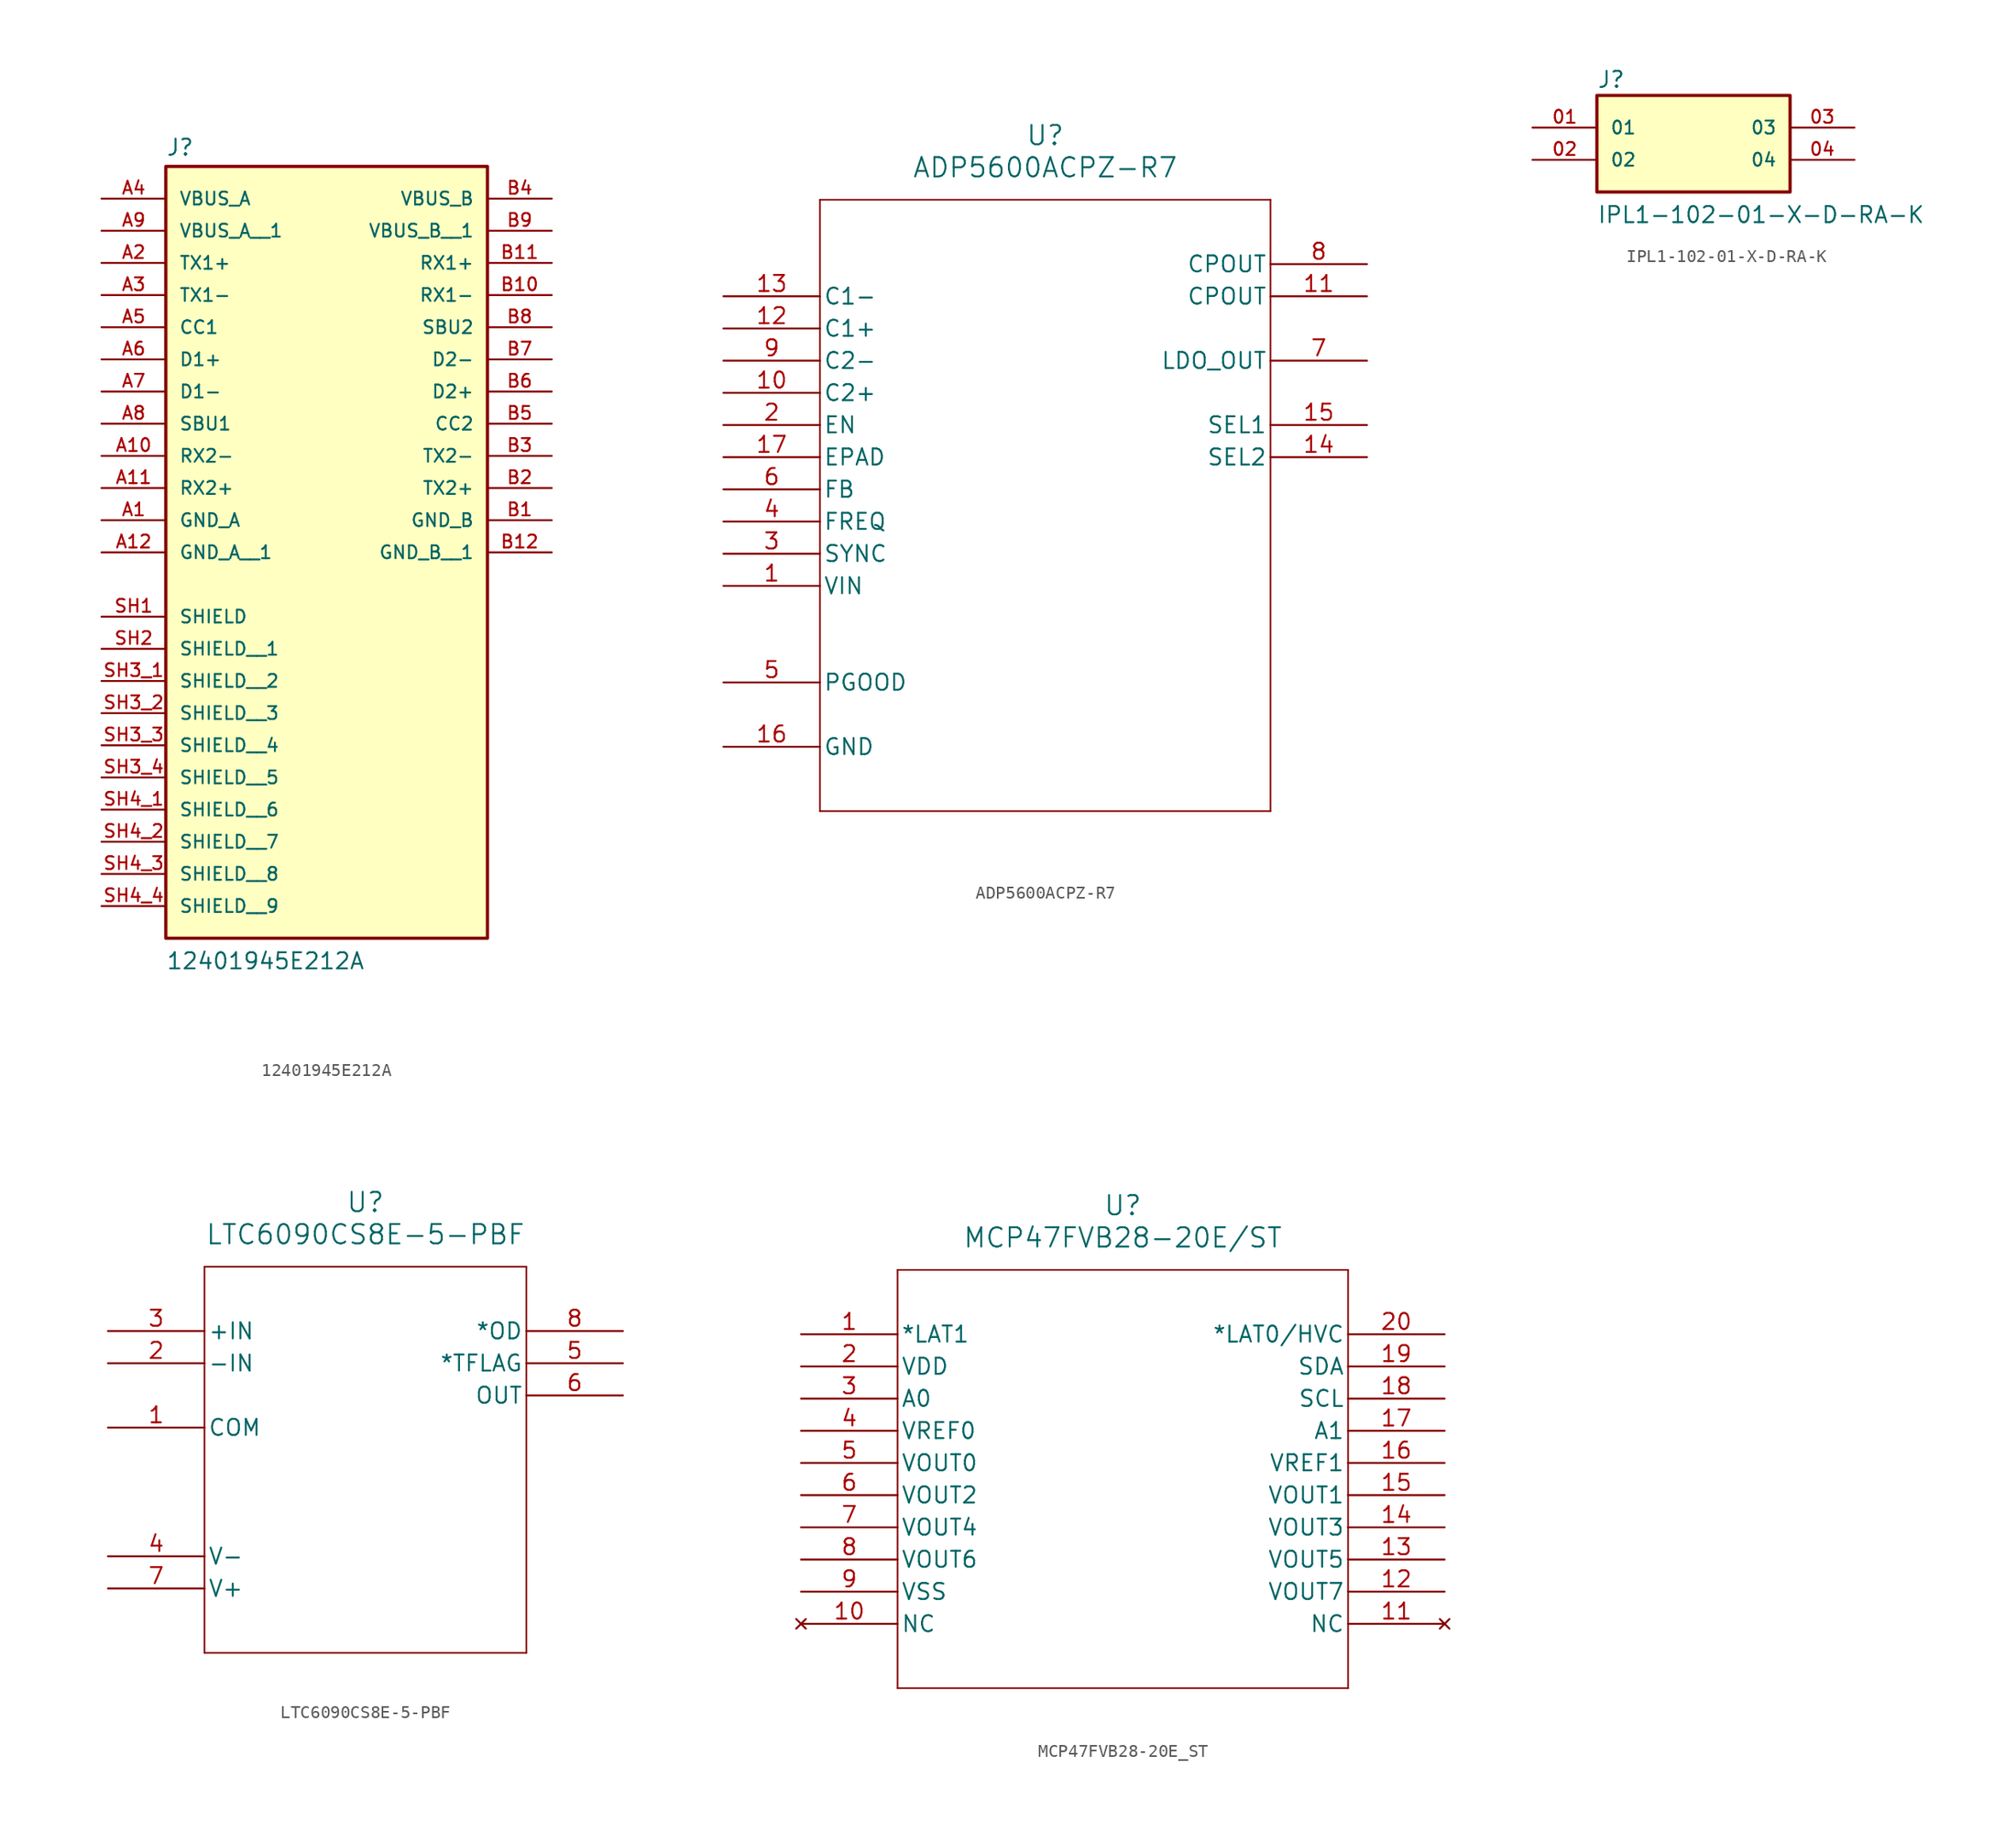
<source format=kicad_sym>
(kicad_symbol_lib
  (version 20241209)
  (generator "kicad_symbol_editor")
  (generator_version "9.0")
  (symbol "12401945E212A"
    (pin_names
      (offset 1.016))
    (property "Reference" "J"
      (at -12.7 16.002 0)
      (effects (font (size 1.27 1.27)) (justify left bottom)))
    (property "Value" "12401945E212A"
      (at -12.7 -48.26 0)
      (effects (font (size 1.27 1.27)) (justify left bottom)))
    (symbol "12401945E212A_0_0"
      (rectangle (start -12.7 -45.72) (end 12.7 15.24) (stroke (width 0.254) (type default)) (fill (type background)))
      (pin power_in line (at -17.78 12.7 0) (length 5.08) (name "VBUS_A" (effects (font (size 1.016 1.016)))) (number "A4" (effects (font (size 1.016 1.016)))))
      (pin power_in line (at -17.78 10.16 0) (length 5.08) (name "VBUS_A__1" (effects (font (size 1.016 1.016)))) (number "A9" (effects (font (size 1.016 1.016)))))
      (pin bidirectional line (at -17.78 7.62 0) (length 5.08) (name "TX1+" (effects (font (size 1.016 1.016)))) (number "A2" (effects (font (size 1.016 1.016)))))
      (pin bidirectional line (at -17.78 5.08 0) (length 5.08) (name "TX1-" (effects (font (size 1.016 1.016)))) (number "A3" (effects (font (size 1.016 1.016)))))
      (pin bidirectional line (at -17.78 2.54 0) (length 5.08) (name "CC1" (effects (font (size 1.016 1.016)))) (number "A5" (effects (font (size 1.016 1.016)))))
      (pin bidirectional line (at -17.78 0 0) (length 5.08) (name "D1+" (effects (font (size 1.016 1.016)))) (number "A6" (effects (font (size 1.016 1.016)))))
      (pin bidirectional line (at -17.78 -2.54 0) (length 5.08) (name "D1-" (effects (font (size 1.016 1.016)))) (number "A7" (effects (font (size 1.016 1.016)))))
      (pin bidirectional line (at -17.78 -5.08 0) (length 5.08) (name "SBU1" (effects (font (size 1.016 1.016)))) (number "A8" (effects (font (size 1.016 1.016)))))
      (pin bidirectional line (at -17.78 -7.62 0) (length 5.08) (name "RX2-" (effects (font (size 1.016 1.016)))) (number "A10" (effects (font (size 1.016 1.016)))))
      (pin bidirectional line (at -17.78 -10.16 0) (length 5.08) (name "RX2+" (effects (font (size 1.016 1.016)))) (number "A11" (effects (font (size 1.016 1.016)))))
      (pin power_in line (at -17.78 -12.7 0) (length 5.08) (name "GND_A" (effects (font (size 1.016 1.016)))) (number "A1" (effects (font (size 1.016 1.016)))))
      (pin power_in line (at -17.78 -15.24 0) (length 5.08) (name "GND_A__1" (effects (font (size 1.016 1.016)))) (number "A12" (effects (font (size 1.016 1.016)))))
      (pin passive line (at -17.78 -20.32 0) (length 5.08) (name "SHIELD" (effects (font (size 1.016 1.016)))) (number "SH1" (effects (font (size 1.016 1.016)))))
      (pin passive line (at -17.78 -22.86 0) (length 5.08) (name "SHIELD__1" (effects (font (size 1.016 1.016)))) (number "SH2" (effects (font (size 1.016 1.016)))))
      (pin passive line (at -17.78 -25.4 0) (length 5.08) (name "SHIELD__2" (effects (font (size 1.016 1.016)))) (number "SH3_1" (effects (font (size 1.016 1.016)))))
      (pin passive line (at -17.78 -27.94 0) (length 5.08) (name "SHIELD__3" (effects (font (size 1.016 1.016)))) (number "SH3_2" (effects (font (size 1.016 1.016)))))
      (pin passive line (at -17.78 -30.48 0) (length 5.08) (name "SHIELD__4" (effects (font (size 1.016 1.016)))) (number "SH3_3" (effects (font (size 1.016 1.016)))))
      (pin passive line (at -17.78 -33.02 0) (length 5.08) (name "SHIELD__5" (effects (font (size 1.016 1.016)))) (number "SH3_4" (effects (font (size 1.016 1.016)))))
      (pin passive line (at -17.78 -35.56 0) (length 5.08) (name "SHIELD__6" (effects (font (size 1.016 1.016)))) (number "SH4_1" (effects (font (size 1.016 1.016)))))
      (pin passive line (at -17.78 -38.1 0) (length 5.08) (name "SHIELD__7" (effects (font (size 1.016 1.016)))) (number "SH4_2" (effects (font (size 1.016 1.016)))))
      (pin passive line (at -17.78 -40.64 0) (length 5.08) (name "SHIELD__8" (effects (font (size 1.016 1.016)))) (number "SH4_3" (effects (font (size 1.016 1.016)))))
      (pin passive line (at -17.78 -43.18 0) (length 5.08) (name "SHIELD__9" (effects (font (size 1.016 1.016)))) (number "SH4_4" (effects (font (size 1.016 1.016)))))
      (pin power_in line (at 17.78 12.7 180) (length 5.08) (name "VBUS_B" (effects (font (size 1.016 1.016)))) (number "B4" (effects (font (size 1.016 1.016)))))
      (pin power_in line (at 17.78 10.16 180) (length 5.08) (name "VBUS_B__1" (effects (font (size 1.016 1.016)))) (number "B9" (effects (font (size 1.016 1.016)))))
      (pin bidirectional line (at 17.78 7.62 180) (length 5.08) (name "RX1+" (effects (font (size 1.016 1.016)))) (number "B11" (effects (font (size 1.016 1.016)))))
      (pin bidirectional line (at 17.78 5.08 180) (length 5.08) (name "RX1-" (effects (font (size 1.016 1.016)))) (number "B10" (effects (font (size 1.016 1.016)))))
      (pin bidirectional line (at 17.78 2.54 180) (length 5.08) (name "SBU2" (effects (font (size 1.016 1.016)))) (number "B8" (effects (font (size 1.016 1.016)))))
      (pin bidirectional line (at 17.78 0 180) (length 5.08) (name "D2-" (effects (font (size 1.016 1.016)))) (number "B7" (effects (font (size 1.016 1.016)))))
      (pin bidirectional line (at 17.78 -2.54 180) (length 5.08) (name "D2+" (effects (font (size 1.016 1.016)))) (number "B6" (effects (font (size 1.016 1.016)))))
      (pin bidirectional line (at 17.78 -5.08 180) (length 5.08) (name "CC2" (effects (font (size 1.016 1.016)))) (number "B5" (effects (font (size 1.016 1.016)))))
      (pin bidirectional line (at 17.78 -7.62 180) (length 5.08) (name "TX2-" (effects (font (size 1.016 1.016)))) (number "B3" (effects (font (size 1.016 1.016)))))
      (pin bidirectional line (at 17.78 -10.16 180) (length 5.08) (name "TX2+" (effects (font (size 1.016 1.016)))) (number "B2" (effects (font (size 1.016 1.016)))))
      (pin power_in line (at 17.78 -12.7 180) (length 5.08) (name "GND_B" (effects (font (size 1.016 1.016)))) (number "B1" (effects (font (size 1.016 1.016)))))
      (pin power_in line (at 17.78 -15.24 180) (length 5.08) (name "GND_B__1" (effects (font (size 1.016 1.016)))) (number "B12" (effects (font (size 1.016 1.016)))))))
  (symbol "ADP5600ACPZ-R7"
    (pin_names
      (offset 0.254))
    (property "Reference" "U"
      (at 25.4 12.7 0)
      (effects (font (size 1.524 1.524))))
    (property "Value" "ADP5600ACPZ-R7"
      (at 25.4 10.16 0)
      (effects (font (size 1.524 1.524))))
    (property "ki_locked" ""
      (at 0 0 0)
      (effects (font (size 1.27 1.27))))
    (symbol "ADP5600ACPZ-R7_0_1"
      (polyline (pts (xy 7.62 7.62) (xy 7.62 -40.64)) (stroke (width 0.127) (type default)) (fill (type none)))
      (polyline (pts (xy 7.62 -40.64) (xy 43.18 -40.64)) (stroke (width 0.127) (type default)) (fill (type none)))
      (polyline (pts (xy 43.18 7.62) (xy 7.62 7.62)) (stroke (width 0.127) (type default)) (fill (type none)))
      (polyline (pts (xy 43.18 -40.64) (xy 43.18 7.62)) (stroke (width 0.127) (type default)) (fill (type none)))
      (pin unspecified line (at 0 0 0) (length 7.62) (name "C1-" (effects (font (size 1.27 1.27)))) (number "13" (effects (font (size 1.27 1.27)))))
      (pin unspecified line (at 0 -2.54 0) (length 7.62) (name "C1+" (effects (font (size 1.27 1.27)))) (number "12" (effects (font (size 1.27 1.27)))))
      (pin unspecified line (at 0 -5.08 0) (length 7.62) (name "C2-" (effects (font (size 1.27 1.27)))) (number "9" (effects (font (size 1.27 1.27)))))
      (pin unspecified line (at 0 -7.62 0) (length 7.62) (name "C2+" (effects (font (size 1.27 1.27)))) (number "10" (effects (font (size 1.27 1.27)))))
      (pin unspecified line (at 0 -10.16 0) (length 7.62) (name "EN" (effects (font (size 1.27 1.27)))) (number "2" (effects (font (size 1.27 1.27)))))
      (pin unspecified line (at 0 -12.7 0) (length 7.62) (name "EPAD" (effects (font (size 1.27 1.27)))) (number "17" (effects (font (size 1.27 1.27)))))
      (pin unspecified line (at 0 -15.24 0) (length 7.62) (name "FB" (effects (font (size 1.27 1.27)))) (number "6" (effects (font (size 1.27 1.27)))))
      (pin unspecified line (at 0 -17.78 0) (length 7.62) (name "FREQ" (effects (font (size 1.27 1.27)))) (number "4" (effects (font (size 1.27 1.27)))))
      (pin unspecified line (at 0 -20.32 0) (length 7.62) (name "SYNC" (effects (font (size 1.27 1.27)))) (number "3" (effects (font (size 1.27 1.27)))))
      (pin unspecified line (at 0 -22.86 0) (length 7.62) (name "VIN" (effects (font (size 1.27 1.27)))) (number "1" (effects (font (size 1.27 1.27)))))
      (pin unspecified line (at 0 -30.48 0) (length 7.62) (name "PGOOD" (effects (font (size 1.27 1.27)))) (number "5" (effects (font (size 1.27 1.27)))))
      (pin unspecified line (at 0 -35.56 0) (length 7.62) (name "GND" (effects (font (size 1.27 1.27)))) (number "16" (effects (font (size 1.27 1.27)))))
      (pin unspecified line (at 50.8 2.54 180) (length 7.62) (name "CPOUT" (effects (font (size 1.27 1.27)))) (number "8" (effects (font (size 1.27 1.27)))))
      (pin unspecified line (at 50.8 0 180) (length 7.62) (name "CPOUT" (effects (font (size 1.27 1.27)))) (number "11" (effects (font (size 1.27 1.27)))))
      (pin unspecified line (at 50.8 -5.08 180) (length 7.62) (name "LDO_OUT" (effects (font (size 1.27 1.27)))) (number "7" (effects (font (size 1.27 1.27)))))
      (pin unspecified line (at 50.8 -10.16 180) (length 7.62) (name "SEL1" (effects (font (size 1.27 1.27)))) (number "15" (effects (font (size 1.27 1.27)))))
      (pin unspecified line (at 50.8 -12.7 180) (length 7.62) (name "SEL2" (effects (font (size 1.27 1.27)))) (number "14" (effects (font (size 1.27 1.27)))))))
  (symbol "IPL1-102-01-X-D-RA-K"
    (pin_names
      (offset 1.016))
    (property "Reference" "J"
      (at -7.62 5.588 0)
      (effects (font (size 1.27 1.27)) (justify left bottom)))
    (property "Value" "IPL1-102-01-X-D-RA-K"
      (at -7.62 -5.08 0)
      (effects (font (size 1.27 1.27)) (justify left bottom)))
    (symbol "IPL1-102-01-X-D-RA-K_0_0"
      (rectangle (start -7.62 -2.54) (end 7.62 5.08) (stroke (width 0.254) (type default)) (fill (type background)))
      (pin passive line (at -12.7 2.54 0) (length 5.08) (name "01" (effects (font (size 1.016 1.016)))) (number "01" (effects (font (size 1.016 1.016)))))
      (pin passive line (at -12.7 0 0) (length 5.08) (name "02" (effects (font (size 1.016 1.016)))) (number "02" (effects (font (size 1.016 1.016)))))
      (pin passive line (at 12.7 2.54 180) (length 5.08) (name "03" (effects (font (size 1.016 1.016)))) (number "03" (effects (font (size 1.016 1.016)))))
      (pin passive line (at 12.7 0 180) (length 5.08) (name "04" (effects (font (size 1.016 1.016)))) (number "04" (effects (font (size 1.016 1.016)))))))
  (symbol "LTC6090CS8E-5-PBF"
    (pin_names
      (offset 0.254))
    (property "Reference" "U"
      (at 20.32 10.16 0)
      (effects (font (size 1.524 1.524))))
    (property "Value" "LTC6090CS8E-5-PBF"
      (at 20.32 7.62 0)
      (effects (font (size 1.524 1.524))))
    (property "ki_locked" ""
      (at 0 0 0)
      (effects (font (size 1.27 1.27))))
    (symbol "LTC6090CS8E-5-PBF_0_1"
      (polyline (pts (xy 7.62 5.08) (xy 7.62 -25.4)) (stroke (width 0.127) (type default)) (fill (type none)))
      (polyline (pts (xy 7.62 -25.4) (xy 33.02 -25.4)) (stroke (width 0.127) (type default)) (fill (type none)))
      (polyline (pts (xy 33.02 5.08) (xy 7.62 5.08)) (stroke (width 0.127) (type default)) (fill (type none)))
      (polyline (pts (xy 33.02 -25.4) (xy 33.02 5.08)) (stroke (width 0.127) (type default)) (fill (type none)))
      (pin input line (at 0 0 0) (length 7.62) (name "+IN" (effects (font (size 1.27 1.27)))) (number "3" (effects (font (size 1.27 1.27)))))
      (pin input line (at 0 -2.54 0) (length 7.62) (name "-IN" (effects (font (size 1.27 1.27)))) (number "2" (effects (font (size 1.27 1.27)))))
      (pin unspecified line (at 0 -7.62 0) (length 7.62) (name "COM" (effects (font (size 1.27 1.27)))) (number "1" (effects (font (size 1.27 1.27)))))
      (pin power_in line (at 0 -17.78 0) (length 7.62) (name "V-" (effects (font (size 1.27 1.27)))) (number "4" (effects (font (size 1.27 1.27)))))
      (pin power_in line (at 0 -20.32 0) (length 7.62) (name "V+" (effects (font (size 1.27 1.27)))) (number "7" (effects (font (size 1.27 1.27)))))
      (pin output line (at 40.64 0 180) (length 7.62) (name "*OD" (effects (font (size 1.27 1.27)))) (number "8" (effects (font (size 1.27 1.27)))))
      (pin output line (at 40.64 -2.54 180) (length 7.62) (name "*TFLAG" (effects (font (size 1.27 1.27)))) (number "5" (effects (font (size 1.27 1.27)))))
      (pin output line (at 40.64 -5.08 180) (length 7.62) (name "OUT" (effects (font (size 1.27 1.27)))) (number "6" (effects (font (size 1.27 1.27)))))))
  (symbol "MCP47FVB28-20E_ST"
    (pin_names
      (offset 0.254))
    (property "Reference" "U"
      (at 25.4 10.16 0)
      (effects (font (size 1.524 1.524))))
    (property "Value" "MCP47FVB28-20E/ST"
      (at 25.4 7.62 0)
      (effects (font (size 1.524 1.524))))
    (property "ki_locked" ""
      (at 0 0 0)
      (effects (font (size 1.27 1.27))))
    (symbol "MCP47FVB28-20E_ST_0_1"
      (polyline (pts (xy 7.62 5.08) (xy 7.62 -27.94)) (stroke (width 0.127) (type default)) (fill (type none)))
      (polyline (pts (xy 7.62 -27.94) (xy 43.18 -27.94)) (stroke (width 0.127) (type default)) (fill (type none)))
      (polyline (pts (xy 43.18 5.08) (xy 7.62 5.08)) (stroke (width 0.127) (type default)) (fill (type none)))
      (polyline (pts (xy 43.18 -27.94) (xy 43.18 5.08)) (stroke (width 0.127) (type default)) (fill (type none)))
      (pin input line (at 0 0 0) (length 7.62) (name "*LAT1" (effects (font (size 1.27 1.27)))) (number "1" (effects (font (size 1.27 1.27)))))
      (pin power_in line (at 0 -2.54 0) (length 7.62) (name "VDD" (effects (font (size 1.27 1.27)))) (number "2" (effects (font (size 1.27 1.27)))))
      (pin input line (at 0 -5.08 0) (length 7.62) (name "A0" (effects (font (size 1.27 1.27)))) (number "3" (effects (font (size 1.27 1.27)))))
      (pin unspecified line (at 0 -7.62 0) (length 7.62) (name "VREF0" (effects (font (size 1.27 1.27)))) (number "4" (effects (font (size 1.27 1.27)))))
      (pin unspecified line (at 0 -10.16 0) (length 7.62) (name "VOUT0" (effects (font (size 1.27 1.27)))) (number "5" (effects (font (size 1.27 1.27)))))
      (pin unspecified line (at 0 -12.7 0) (length 7.62) (name "VOUT2" (effects (font (size 1.27 1.27)))) (number "6" (effects (font (size 1.27 1.27)))))
      (pin unspecified line (at 0 -15.24 0) (length 7.62) (name "VOUT4" (effects (font (size 1.27 1.27)))) (number "7" (effects (font (size 1.27 1.27)))))
      (pin unspecified line (at 0 -17.78 0) (length 7.62) (name "VOUT6" (effects (font (size 1.27 1.27)))) (number "8" (effects (font (size 1.27 1.27)))))
      (pin power_out line (at 0 -20.32 0) (length 7.62) (name "VSS" (effects (font (size 1.27 1.27)))) (number "9" (effects (font (size 1.27 1.27)))))
      (pin no_connect line (at 0 -22.86 0) (length 7.62) (name "NC" (effects (font (size 1.27 1.27)))) (number "10" (effects (font (size 1.27 1.27)))))
      (pin input line (at 50.8 0 180) (length 7.62) (name "*LAT0/HVC" (effects (font (size 1.27 1.27)))) (number "20" (effects (font (size 1.27 1.27)))))
      (pin input line (at 50.8 -2.54 180) (length 7.62) (name "SDA" (effects (font (size 1.27 1.27)))) (number "19" (effects (font (size 1.27 1.27)))))
      (pin input line (at 50.8 -5.08 180) (length 7.62) (name "SCL" (effects (font (size 1.27 1.27)))) (number "18" (effects (font (size 1.27 1.27)))))
      (pin input line (at 50.8 -7.62 180) (length 7.62) (name "A1" (effects (font (size 1.27 1.27)))) (number "17" (effects (font (size 1.27 1.27)))))
      (pin unspecified line (at 50.8 -10.16 180) (length 7.62) (name "VREF1" (effects (font (size 1.27 1.27)))) (number "16" (effects (font (size 1.27 1.27)))))
      (pin unspecified line (at 50.8 -12.7 180) (length 7.62) (name "VOUT1" (effects (font (size 1.27 1.27)))) (number "15" (effects (font (size 1.27 1.27)))))
      (pin unspecified line (at 50.8 -15.24 180) (length 7.62) (name "VOUT3" (effects (font (size 1.27 1.27)))) (number "14" (effects (font (size 1.27 1.27)))))
      (pin unspecified line (at 50.8 -17.78 180) (length 7.62) (name "VOUT5" (effects (font (size 1.27 1.27)))) (number "13" (effects (font (size 1.27 1.27)))))
      (pin unspecified line (at 50.8 -20.32 180) (length 7.62) (name "VOUT7" (effects (font (size 1.27 1.27)))) (number "12" (effects (font (size 1.27 1.27)))))
      (pin no_connect line (at 50.8 -22.86 180) (length 7.62) (name "NC" (effects (font (size 1.27 1.27)))) (number "11" (effects (font (size 1.27 1.27))))))))
</source>
